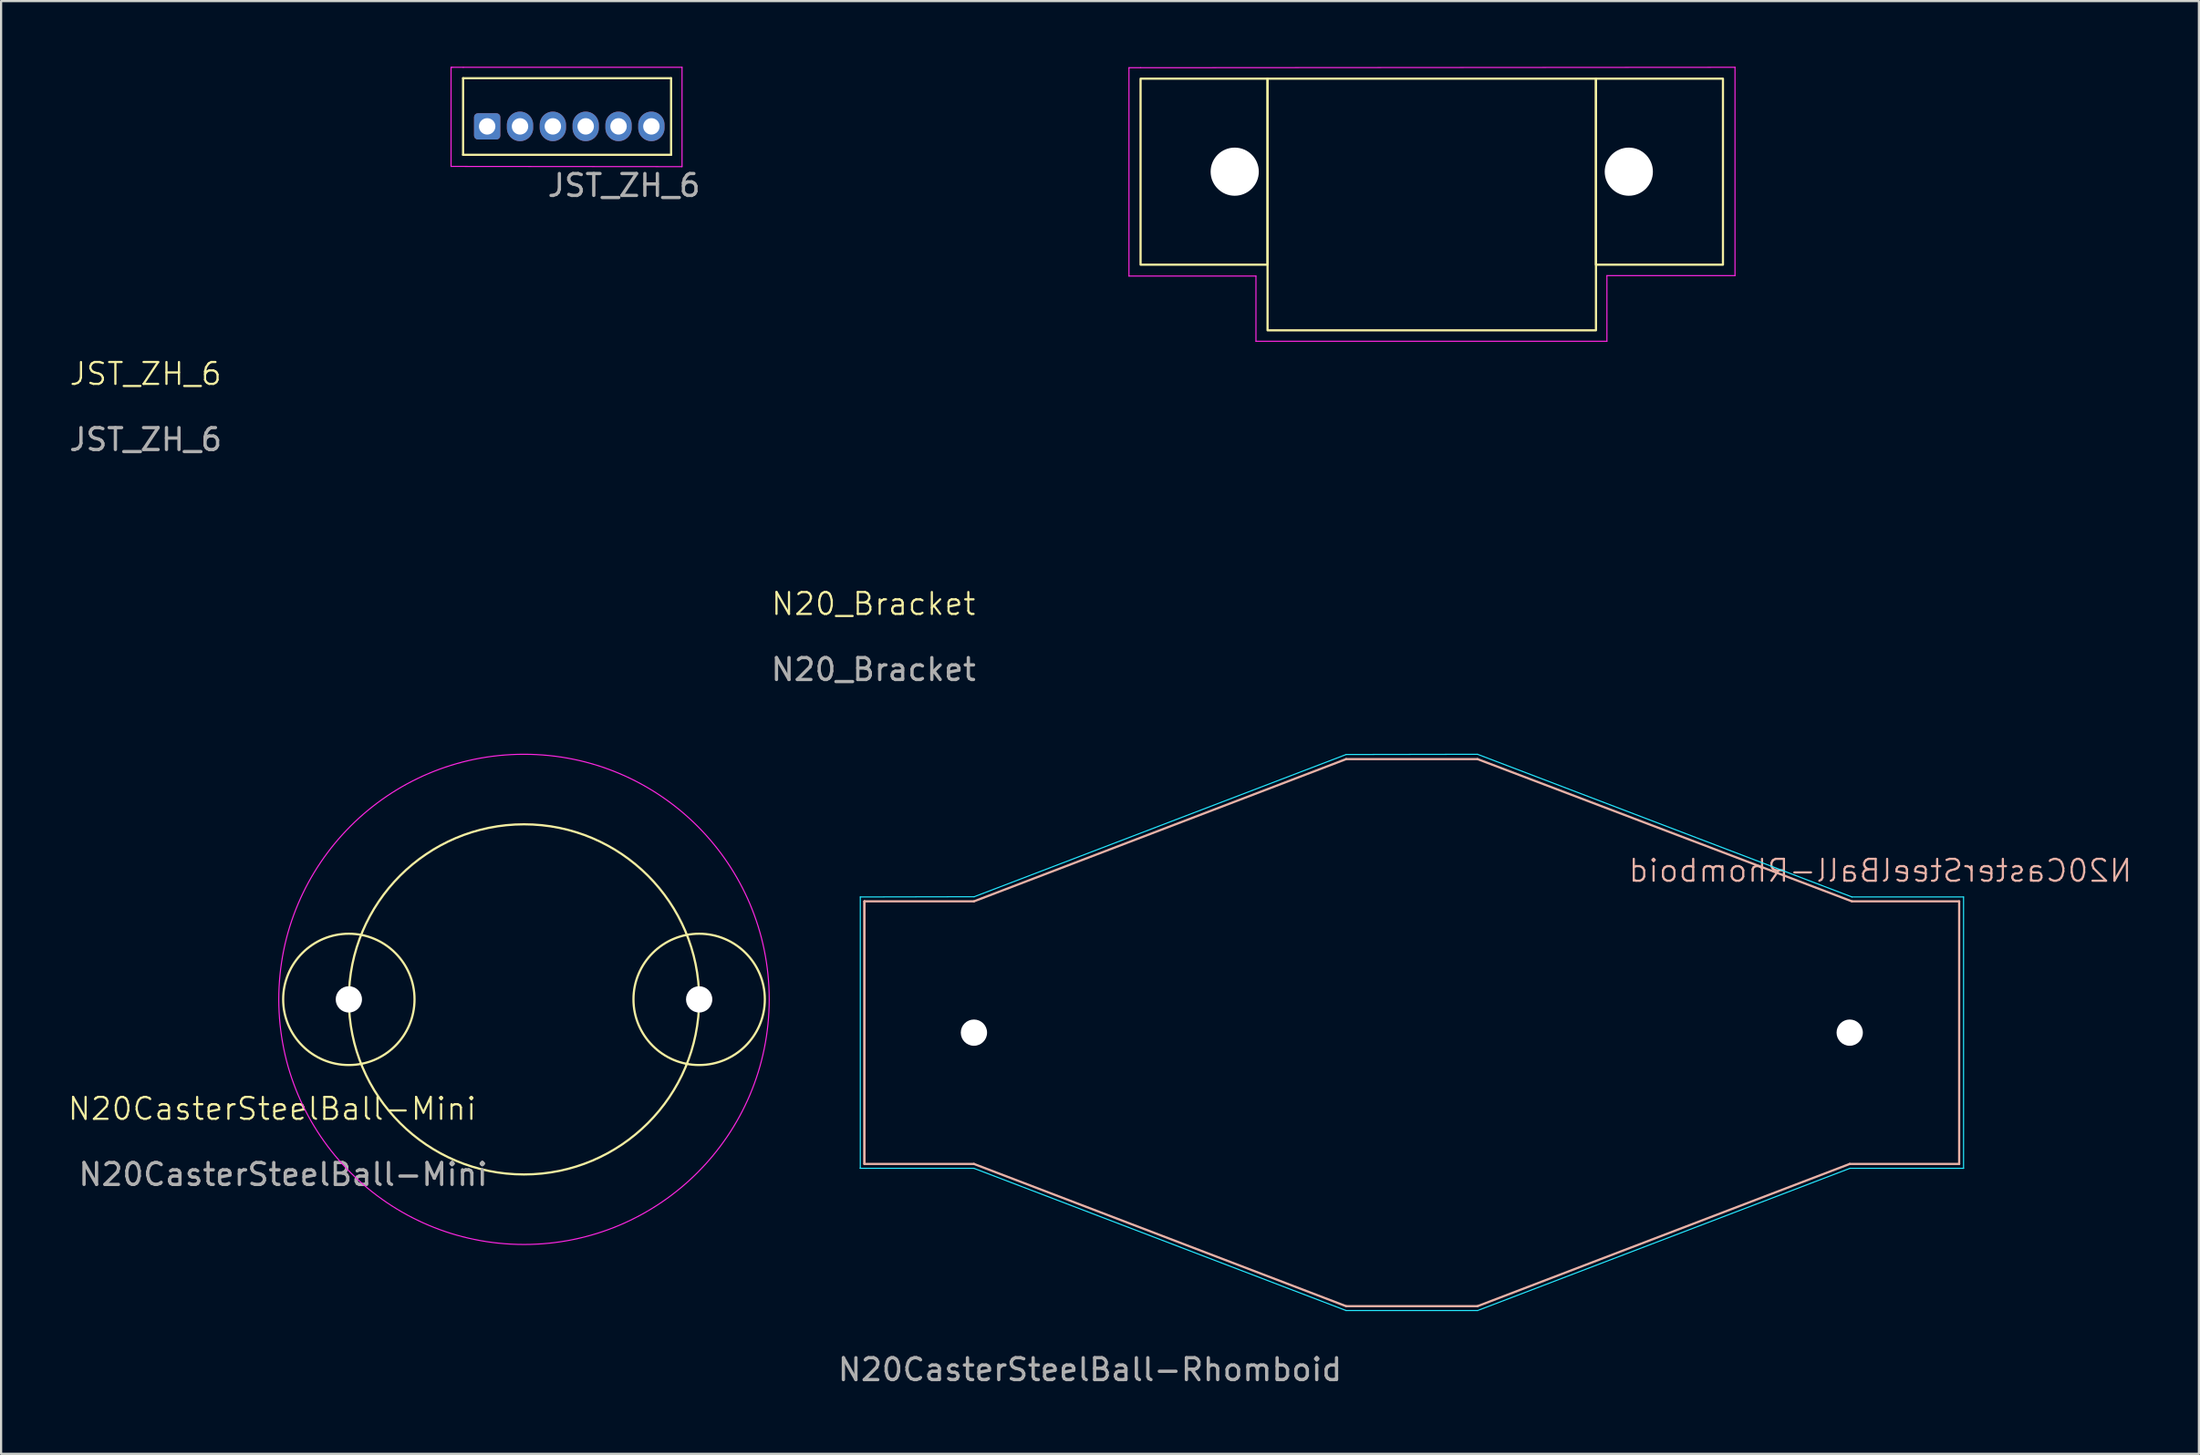
<source format=kicad_pcb>
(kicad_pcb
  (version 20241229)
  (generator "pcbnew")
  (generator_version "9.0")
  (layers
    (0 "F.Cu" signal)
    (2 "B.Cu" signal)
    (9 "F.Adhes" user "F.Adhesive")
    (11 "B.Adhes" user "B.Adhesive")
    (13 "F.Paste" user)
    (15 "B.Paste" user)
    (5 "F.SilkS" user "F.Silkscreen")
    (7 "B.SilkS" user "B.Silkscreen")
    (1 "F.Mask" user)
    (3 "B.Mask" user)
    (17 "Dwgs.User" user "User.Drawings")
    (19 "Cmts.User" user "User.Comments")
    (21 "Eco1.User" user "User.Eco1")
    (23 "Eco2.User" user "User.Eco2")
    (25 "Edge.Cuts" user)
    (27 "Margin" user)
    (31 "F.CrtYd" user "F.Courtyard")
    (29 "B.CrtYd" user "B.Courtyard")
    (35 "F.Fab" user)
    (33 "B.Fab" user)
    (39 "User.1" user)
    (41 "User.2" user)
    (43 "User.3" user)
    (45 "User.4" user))
  (footprint "N20_Bracket"
    (layer "F.Cu")
    (at 54.844 12.045)
    (property "Reference" "N20_Bracket" (at -18 12.5 0) (unlocked yes) (layer "F.SilkS") (effects (font (size 1 1) (thickness 0.1))))
    (attr through_hole)
    (fp_rect (start -5.8 -11.5) (end 0 -3) (stroke (width 0.1) (type default)) (fill no) (layer "F.SilkS"))
    (fp_rect (start 0 -11.5) (end 15 0) (stroke (width 0.1) (type default)) (fill no) (layer "F.SilkS"))
    (fp_rect (start 15 -11.5) (end 20.8 -3) (stroke (width 0.1) (type default)) (fill no) (layer "F.SilkS"))
    (fp_line (start -6.33 -12) (end -5.8 -12) (stroke (width 0.05) (type default)) (layer "F.CrtYd"))
    (fp_line (start -6.33 -2.48) (end -6.33 -12) (stroke (width 0.05) (type default)) (layer "F.CrtYd"))
    (fp_line (start -5.8 -12) (end 21.35 -12.02) (stroke (width 0.05) (type default)) (layer "F.CrtYd"))
    (fp_line (start -0.53 -2.48) (end -6.33 -2.48) (stroke (width 0.05) (type default)) (layer "F.CrtYd"))
    (fp_line (start -0.53 0.5) (end -0.53 -2.48) (stroke (width 0.05) (type default)) (layer "F.CrtYd"))
    (fp_line (start 15.5 -2.5) (end 15.5 0.5) (stroke (width 0.05) (type default)) (layer "F.CrtYd"))
    (fp_line (start 15.5 0.5) (end -0.53 0.5) (stroke (width 0.05) (type default)) (layer "F.CrtYd"))
    (fp_line (start 21.35 -12.02) (end 21.35 -2.5) (stroke (width 0.05) (type default)) (layer "F.CrtYd"))
    (fp_line (start 21.35 -2.5) (end 15.5 -2.5) (stroke (width 0.05) (type default)) (layer "F.CrtYd"))
    (fp_text user "${REFERENCE}" (at -18 15.5 0) (unlocked yes) (layer "F.Fab") (effects (font (size 1 1) (thickness 0.15))))
    (pad "" np_thru_hole circle (at -1.5 -7.25) (size 2.2 2.2) (drill 2.2) (layers "*.Cu" "*.Mask"))
    (pad "" np_thru_hole circle (at 16.5 -7.25) (size 2.2 2.2) (drill 2.2) (layers "*.Cu" "*.Mask")))
  (footprint "JST_ZH_6"
    (layer "F.Cu")
    (at 19.201 2.725)
    (property "Reference" "JST_ZH_6" (at -15.6 11.31 0) (unlocked yes) (layer "F.SilkS") (effects (font (size 1 1) (thickness 0.1))))
    (attr through_hole)
    (fp_line (start -1.1 -2.2) (end 8.4 -2.2) (stroke (width 0.1) (type default)) (layer "F.SilkS"))
    (fp_line (start -1.1 1.3) (end -1.1 -2.2) (stroke (width 0.1) (type default)) (layer "F.SilkS"))
    (fp_line (start 8.4 -2.2) (end 8.4 1.3) (stroke (width 0.1) (type default)) (layer "F.SilkS"))
    (fp_line (start 8.4 1.3) (end -1.1 1.3) (stroke (width 0.1) (type default)) (layer "F.SilkS"))
    (fp_line (start -1.65 1.83) (end -1.65 -2.7) (stroke (width 0.05) (type default)) (layer "F.CrtYd"))
    (fp_line (start -1.59 -2.7) (end -1.65 -2.7) (stroke (width 0.05) (type default)) (layer "F.CrtYd"))
    (fp_line (start -1.09 -2.7) (end -1.59 -2.7) (stroke (width 0.05) (type default)) (layer "F.CrtYd"))
    (fp_line (start -1.09 -2.7) (end 8.9 -2.7) (stroke (width 0.05) (type default)) (layer "F.CrtYd"))
    (fp_line (start 8.9 -2.7) (end 8.9 1.84) (stroke (width 0.05) (type default)) (layer "F.CrtYd"))
    (fp_line (start 8.9 1.84) (end -1.65 1.83) (stroke (width 0.05) (type default)) (layer "F.CrtYd"))
    (fp_text user "${REFERENCE}" (at 6.25 2.7 0) (layer "F.Fab") (effects (font (size 1 1) (thickness 0.15))))
    (fp_text user "${REFERENCE}" (at -15.6 14.31 0) (unlocked yes) (layer "F.Fab") (effects (font (size 1 1) (thickness 0.15))))
    (pad "1" thru_hole roundrect (at 0 0) (size 1.2 1.2) (drill 0.75) (layers "*.Cu" "B.Mask") (roundrect_rratio 0.147))
    (pad "2" thru_hole oval (at 1.5 0) (size 1.2 1.35) (drill 0.75) (layers "*.Cu" "*.Mask"))
    (pad "3" thru_hole oval (at 3 0) (size 1.2 1.35) (drill 0.75) (layers "*.Cu" "*.Mask"))
    (pad "4" thru_hole oval (at 4.5 0) (size 1.2 1.35) (drill 0.75) (layers "*.Cu" "*.Mask"))
    (pad "5" thru_hole oval (at 6 0) (size 1.2 1.35) (drill 0.75) (layers "*.Cu" "*.Mask"))
    (pad "6" thru_hole oval (at 7.5 0) (size 1.2 1.35) (drill 0.75) (layers "*.Cu" "*.Mask")))
  (footprint "N20CasterSteelBall-Mini"
    (layer "F.Cu")
    (at 20.883 42.618)
    (property "Reference" "N20CasterSteelBall-Mini" (at -11.5 5 0) (unlocked yes) (layer "F.SilkS") (effects (font (size 1 1) (thickness 0.1))))
    (attr through_hole)
    (fp_circle (center -8 0) (end -11 0) (stroke (width 0.1) (type default)) (fill no) (layer "F.SilkS"))
    (fp_circle (center 0 0) (end 8 0) (stroke (width 0.1) (type default)) (fill no) (layer "F.SilkS"))
    (fp_circle (center 8 0) (end 11 0) (stroke (width 0.1) (type default)) (fill no) (layer "F.SilkS"))
    (fp_circle (center 0 0) (end 11.2 0) (stroke (width 0.05) (type default)) (fill no) (layer "F.CrtYd"))
    (fp_text user "${REFERENCE}" (at -11 8 0) (unlocked yes) (layer "F.Fab") (effects (font (size 1 1) (thickness 0.15))))
    (pad "" np_thru_hole oval (at -8 0 90) (size 1.2 1.35) (drill 2) (layers "*.Cu" "*.Mask"))
    (pad "" np_thru_hole oval (at 8 0 90) (size 1.2 1.35) (drill 2) (layers "*.Cu" "*.Mask")))
  (footprint "N20CasterSteelBall-Rhomboid"
    (layer "F.Cu")
    (at 61.433 44.138)
    (property "Reference" "N20CasterSteelBall-Rhomboid" (at 21.4 -7.4 0) (unlocked yes) (layer "B.SilkS") (effects (font (size 1 1) (thickness 0.1)) (justify mirror)))
    (attr through_hole)
    (fp_line (start -25 -6) (end -25 6) (stroke (width 0.1) (type default)) (layer "B.SilkS"))
    (fp_line (start -25 6) (end -25 -6) (stroke (width 0.1) (type default)) (layer "B.SilkS"))
    (fp_line (start -20 -6) (end -25 -6) (stroke (width 0.1) (type default)) (layer "B.SilkS"))
    (fp_line (start -20 6) (end -25 6) (stroke (width 0.1) (type default)) (layer "B.SilkS"))
    (fp_line (start -3 -12.5) (end -20 -6) (stroke (width 0.1) (type default)) (layer "B.SilkS"))
    (fp_line (start -3 12.5) (end -20 6) (stroke (width 0.1) (type default)) (layer "B.SilkS"))
    (fp_line (start 3 -12.5) (end -3 -12.5) (stroke (width 0.1) (type default)) (layer "B.SilkS"))
    (fp_line (start 3 12.5) (end -3 12.5) (stroke (width 0.1) (type default)) (layer "B.SilkS"))
    (fp_line (start 20 6) (end 3 12.5) (stroke (width 0.1) (type default)) (layer "B.SilkS"))
    (fp_line (start 20.1 -6) (end 3 -12.5) (stroke (width 0.1) (type default)) (layer "B.SilkS"))
    (fp_line (start 20.1 -6) (end 25 -6) (stroke (width 0.1) (type default)) (layer "B.SilkS"))
    (fp_line (start 25 -6) (end 25 6) (stroke (width 0.1) (type default)) (layer "B.SilkS"))
    (fp_line (start 25 6) (end 20 6) (stroke (width 0.1) (type default)) (layer "B.SilkS"))
    (fp_line (start -25.19 -6.2) (end -19.99 -6.21) (stroke (width 0.05) (type default)) (layer "B.CrtYd"))
    (fp_line (start -25.19 6.19) (end -25.19 -6.2) (stroke (width 0.05) (type default)) (layer "B.CrtYd"))
    (fp_line (start -25.19 6.19) (end -25.19 6.2) (stroke (width 0.05) (type default)) (layer "B.CrtYd"))
    (fp_line (start -24.94 6.2) (end -25.19 6.2) (stroke (width 0.05) (type default)) (layer "B.CrtYd"))
    (fp_line (start -20 6.2) (end -24.94 6.2) (stroke (width 0.05) (type default)) (layer "B.CrtYd"))
    (fp_line (start -19.99 -6.21) (end -3 -12.71) (stroke (width 0.05) (type default)) (layer "B.CrtYd"))
    (fp_line (start -3 -12.71) (end 3 -12.72) (stroke (width 0.05) (type default)) (layer "B.CrtYd"))
    (fp_line (start -3 12.7) (end -20 6.2) (stroke (width 0.05) (type default)) (layer "B.CrtYd"))
    (fp_line (start 3 -12.72) (end 20.1 -6.2) (stroke (width 0.05) (type default)) (layer "B.CrtYd"))
    (fp_line (start 3 12.7) (end -3 12.7) (stroke (width 0.05) (type default)) (layer "B.CrtYd"))
    (fp_line (start 20.01 6.2) (end 3 12.7) (stroke (width 0.05) (type default)) (layer "B.CrtYd"))
    (fp_line (start 20.1 -6.2) (end 25.2 -6.2) (stroke (width 0.05) (type default)) (layer "B.CrtYd"))
    (fp_line (start 25.2 -6.2) (end 25.2 6.2) (stroke (width 0.05) (type default)) (layer "B.CrtYd"))
    (fp_line (start 25.2 6.2) (end 20.01 6.2) (stroke (width 0.05) (type default)) (layer "B.CrtYd"))
    (fp_text user "${REFERENCE}" (at -14.7 15.4 0) (unlocked yes) (layer "F.Fab") (effects (font (size 1 1) (thickness 0.15))))
    (pad "" np_thru_hole oval (at -20 0 270) (size 1.2 1.35) (drill 3.1) (layers "*.Cu" "*.Mask"))
    (pad "" np_thru_hole oval (at 20 0 270) (size 1.2 1.35) (drill 3.1) (layers "*.Cu" "*.Mask")))
  (gr_rect
    (start -3 -3)
    (end 97.383 63.386)
    (stroke (width 0.1) (type default))
    (fill no)
    (layer "Edge.Cuts")))
</source>
